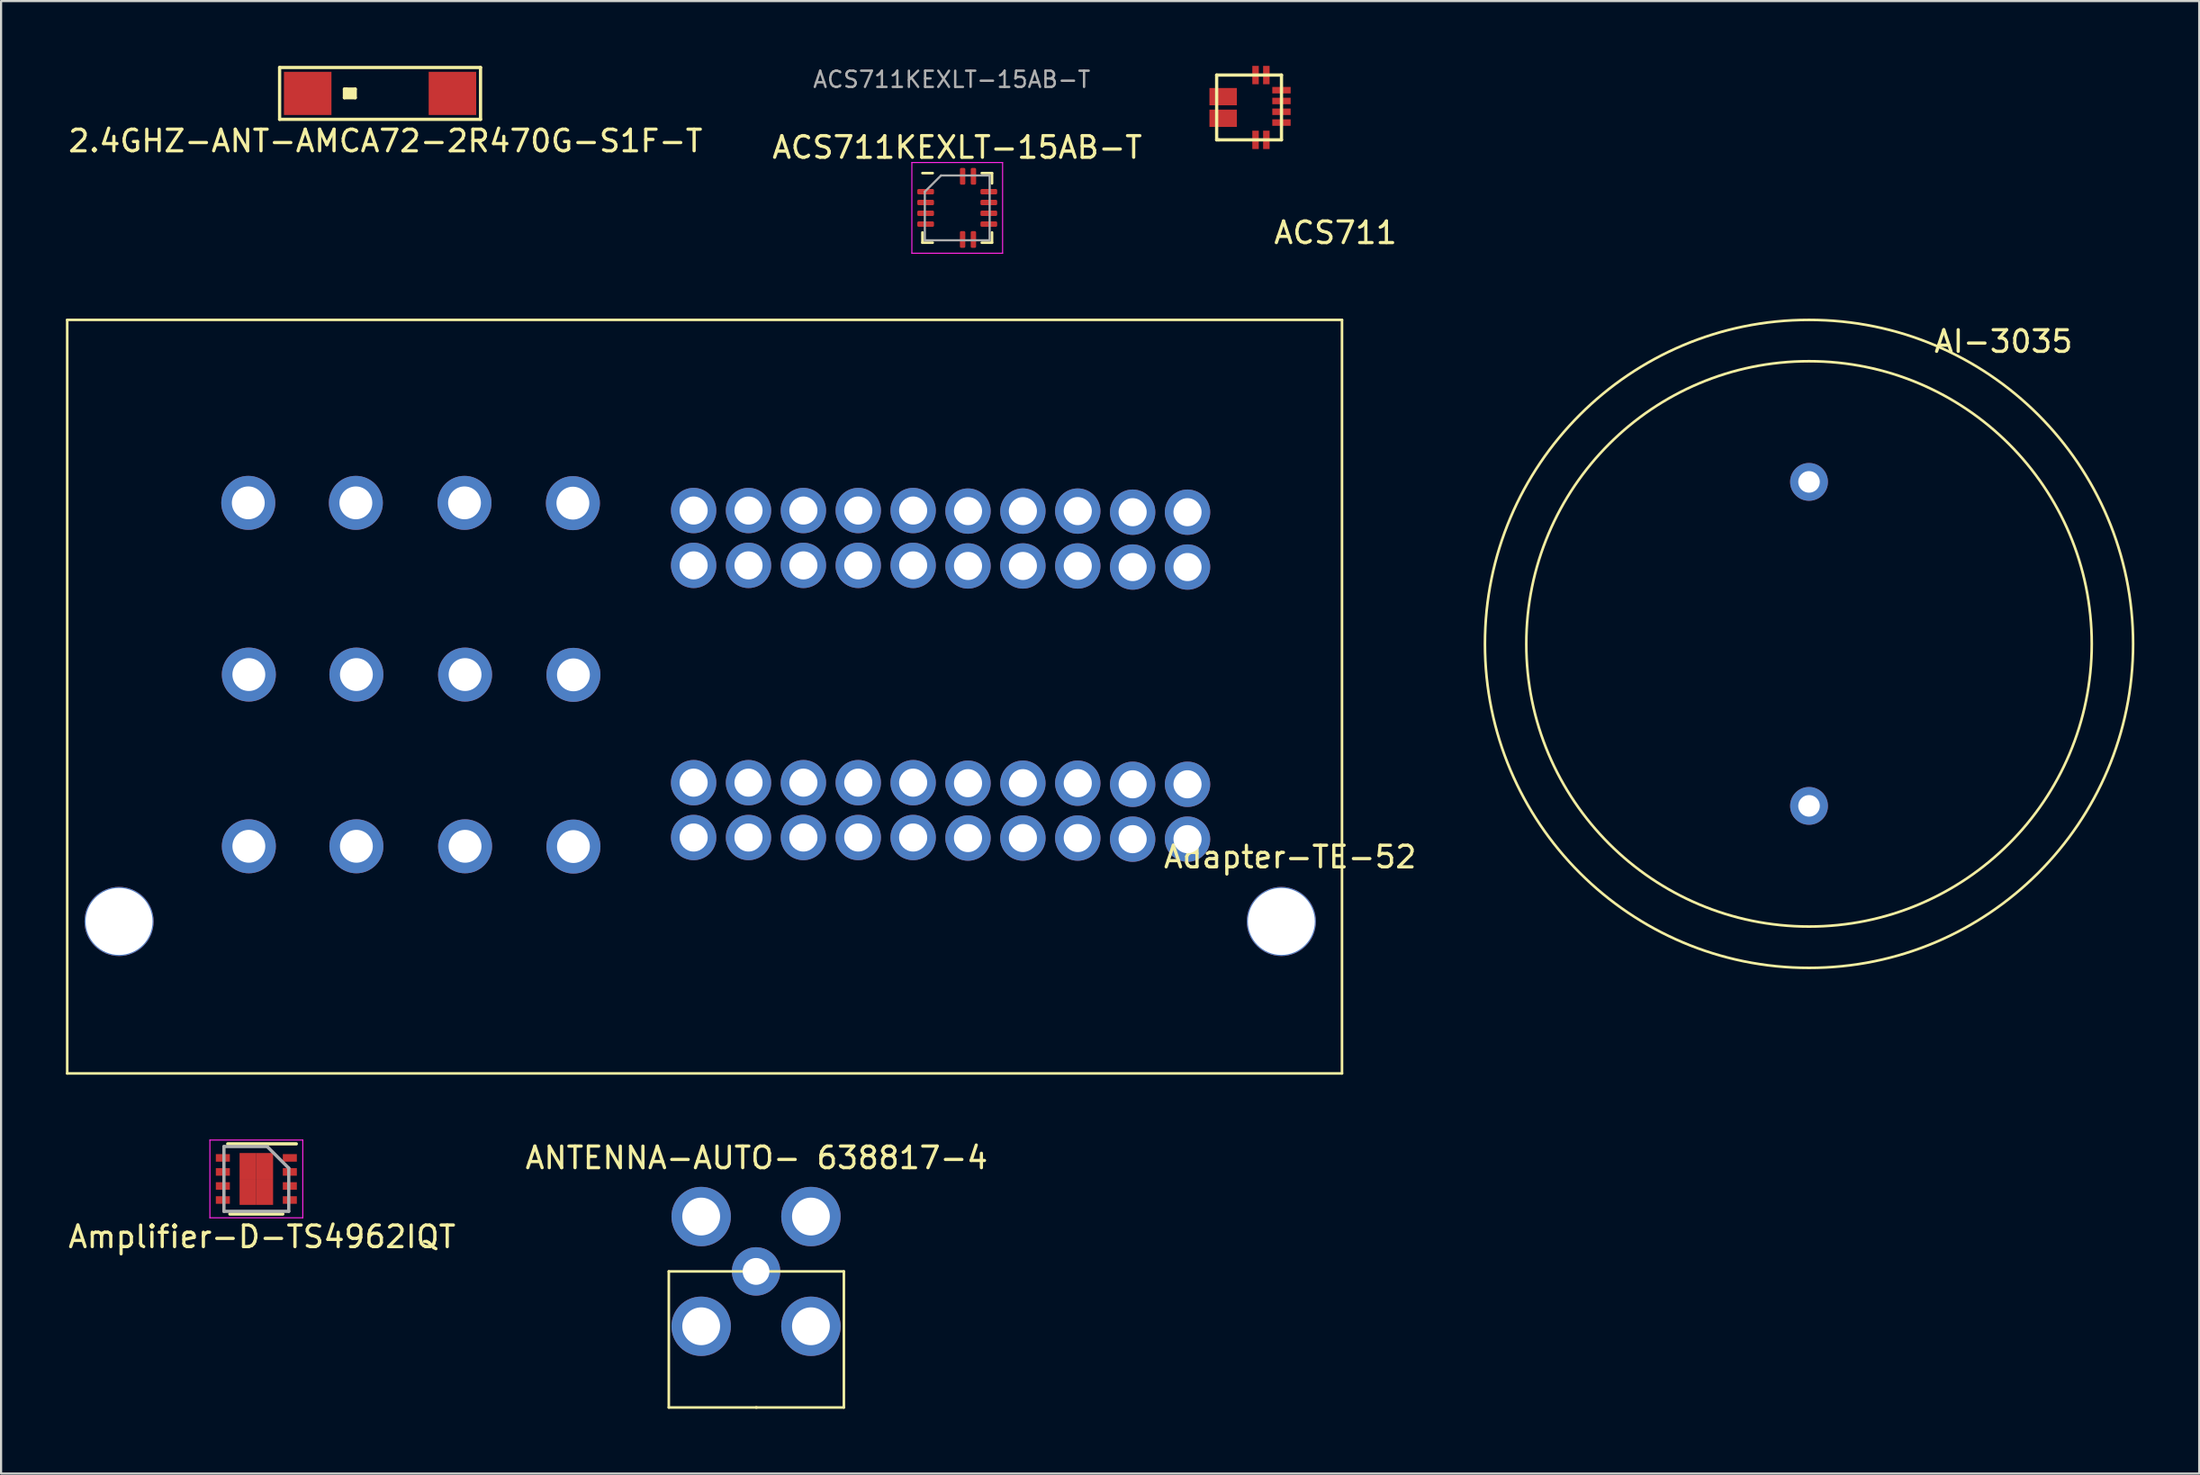
<source format=kicad_pcb>
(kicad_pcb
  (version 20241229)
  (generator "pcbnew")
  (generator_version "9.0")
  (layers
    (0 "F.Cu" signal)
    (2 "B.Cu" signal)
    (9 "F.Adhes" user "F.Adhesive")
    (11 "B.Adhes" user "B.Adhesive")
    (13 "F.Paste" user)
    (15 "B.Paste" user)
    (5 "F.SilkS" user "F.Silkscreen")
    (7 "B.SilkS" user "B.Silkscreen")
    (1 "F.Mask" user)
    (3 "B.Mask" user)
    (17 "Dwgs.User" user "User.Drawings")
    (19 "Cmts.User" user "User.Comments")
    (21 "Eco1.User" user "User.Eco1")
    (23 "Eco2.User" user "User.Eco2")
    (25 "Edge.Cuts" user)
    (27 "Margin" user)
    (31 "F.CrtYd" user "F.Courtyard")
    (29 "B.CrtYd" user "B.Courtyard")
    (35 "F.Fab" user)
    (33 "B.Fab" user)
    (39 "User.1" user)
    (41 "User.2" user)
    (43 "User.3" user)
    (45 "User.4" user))
  (footprint "2.4GHZ-ANT-AMCA72-2R470G-S1F-T"
    (layer "F.Cu")
    (at 12.892 1.275)
    (property "Reference" "2.4GHZ-ANT-AMCA72-2R470G-S1F-T" (at 1.9 2.2 0) (layer "F.SilkS") (effects (font (size 1 1) (thickness 0.15))))
    (attr through_hole)
    (fp_line (start -3 -1.2) (end 6.3 -1.2) (stroke (width 0.15) (type solid)) (layer "F.SilkS"))
    (fp_line (start -3 1.2) (end -3 -1.2) (stroke (width 0.15) (type solid)) (layer "F.SilkS"))
    (fp_line (start 0 -0.2) (end 0 0.2) (stroke (width 0.15) (type solid)) (layer "F.SilkS"))
    (fp_line (start 0 0.2) (end 0.5 0.2) (stroke (width 0.15) (type solid)) (layer "F.SilkS"))
    (fp_line (start 0.1 -0.2) (end 0.1 0.1) (stroke (width 0.15) (type solid)) (layer "F.SilkS"))
    (fp_line (start 0.1 0.1) (end 0.4 0.1) (stroke (width 0.15) (type solid)) (layer "F.SilkS"))
    (fp_line (start 0.2 -0.1) (end 0.2 0) (stroke (width 0.15) (type solid)) (layer "F.SilkS"))
    (fp_line (start 0.2 0) (end 0.3 0) (stroke (width 0.15) (type solid)) (layer "F.SilkS"))
    (fp_line (start 0.4 -0.1) (end 0.2 -0.1) (stroke (width 0.15) (type solid)) (layer "F.SilkS"))
    (fp_line (start 0.4 0.1) (end 0.4 -0.1) (stroke (width 0.15) (type solid)) (layer "F.SilkS"))
    (fp_line (start 0.5 -0.2) (end 0 -0.2) (stroke (width 0.15) (type solid)) (layer "F.SilkS"))
    (fp_line (start 0.5 0.2) (end 0.5 -0.2) (stroke (width 0.15) (type solid)) (layer "F.SilkS"))
    (fp_line (start 6.3 -1.2) (end 6.3 1.2) (stroke (width 0.15) (type solid)) (layer "F.SilkS"))
    (fp_line (start 6.3 1.2) (end -3 1.2) (stroke (width 0.15) (type solid)) (layer "F.SilkS"))
    (pad "1" smd rect (at -1.7 0) (size 2.2 2) (layers "F.Cu" "F.Mask" "F.Paste"))
    (pad "2" smd rect (at 5 0) (size 2.2 2) (layers "F.Cu" "F.Mask" "F.Paste")))
  (footprint "Adapter-TE-52"
    (layer "F.Cu")
    (at 56.258 39.611)
    (property "Reference" "Adapter-TE-52" (at 0.406 -2.985 0) (layer "F.SilkS") (effects (font (size 1 1) (thickness 0.15))))
    (attr through_hole)
    (fp_line (start -56.197 -27.851) (end 2.807 -27.851) (stroke (width 0.12) (type solid)) (layer "F.SilkS"))
    (fp_line (start -56.197 7.036) (end -56.197 -27.851) (stroke (width 0.12) (type solid)) (layer "F.SilkS"))
    (fp_line (start 2.807 -27.851) (end 2.807 7.036) (stroke (width 0.12) (type solid)) (layer "F.SilkS"))
    (fp_line (start 2.807 7.036) (end -56.197 7.036) (stroke (width 0.12) (type solid)) (layer "F.SilkS"))
    (pad "1" thru_hole circle (at -4.343 -3.81) (size 2.1 2.1) (drill 1.3) (layers "*.Cu" "*.Mask"))
    (pad "2" thru_hole circle (at -6.883 -3.81) (size 2.1 2.1) (drill 1.3) (layers "*.Cu" "*.Mask"))
    (pad "3" thru_hole circle (at -9.423 -3.861) (size 2.1 2.1) (drill 1.3) (layers "*.Cu" "*.Mask"))
    (pad "4" thru_hole circle (at -11.963 -3.861) (size 2.1 2.1) (drill 1.3) (layers "*.Cu" "*.Mask"))
    (pad "5" thru_hole circle (at -14.503 -3.861) (size 2.1 2.1) (drill 1.3) (layers "*.Cu" "*.Mask"))
    (pad "6" thru_hole circle (at -17.043 -3.886) (size 2.1 2.1) (drill 1.3) (layers "*.Cu" "*.Mask"))
    (pad "7" thru_hole circle (at -19.583 -3.886) (size 2.1 2.1) (drill 1.3) (layers "*.Cu" "*.Mask"))
    (pad "8" thru_hole circle (at -22.123 -3.886) (size 2.1 2.1) (drill 1.3) (layers "*.Cu" "*.Mask"))
    (pad "9" thru_hole circle (at -24.663 -3.886) (size 2.1 2.1) (drill 1.3) (layers "*.Cu" "*.Mask"))
    (pad "10" thru_hole circle (at -27.203 -3.886) (size 2.1 2.1) (drill 1.3) (layers "*.Cu" "*.Mask"))
    (pad "11" thru_hole circle (at -4.343 -6.35) (size 2.1 2.1) (drill 1.3) (layers "*.Cu" "*.Mask"))
    (pad "12" thru_hole circle (at -6.883 -6.35) (size 2.1 2.1) (drill 1.3) (layers "*.Cu" "*.Mask"))
    (pad "13" thru_hole circle (at -9.423 -6.401) (size 2.1 2.1) (drill 1.3) (layers "*.Cu" "*.Mask"))
    (pad "14" thru_hole circle (at -11.963 -6.401) (size 2.1 2.1) (drill 1.3) (layers "*.Cu" "*.Mask"))
    (pad "15" thru_hole circle (at -14.503 -6.401) (size 2.1 2.1) (drill 1.3) (layers "*.Cu" "*.Mask"))
    (pad "16" thru_hole circle (at -17.043 -6.426) (size 2.1 2.1) (drill 1.3) (layers "*.Cu" "*.Mask"))
    (pad "17" thru_hole circle (at -19.583 -6.426) (size 2.1 2.1) (drill 1.3) (layers "*.Cu" "*.Mask"))
    (pad "18" thru_hole circle (at -22.123 -6.426) (size 2.1 2.1) (drill 1.3) (layers "*.Cu" "*.Mask"))
    (pad "19" thru_hole circle (at -24.663 -6.426) (size 2.1 2.1) (drill 1.3) (layers "*.Cu" "*.Mask"))
    (pad "20" thru_hole circle (at -27.203 -6.426) (size 2.1 2.1) (drill 1.3) (layers "*.Cu" "*.Mask"))
    (pad "21" thru_hole circle (at -4.343 -16.408) (size 2.1 2.1) (drill 1.3) (layers "*.Cu" "*.Mask"))
    (pad "22" thru_hole circle (at -6.883 -16.408) (size 2.1 2.1) (drill 1.3) (layers "*.Cu" "*.Mask"))
    (pad "23" thru_hole circle (at -9.423 -16.459) (size 2.1 2.1) (drill 1.3) (layers "*.Cu" "*.Mask"))
    (pad "24" thru_hole circle (at -11.963 -16.459) (size 2.1 2.1) (drill 1.3) (layers "*.Cu" "*.Mask"))
    (pad "25" thru_hole circle (at -14.503 -16.459) (size 2.1 2.1) (drill 1.3) (layers "*.Cu" "*.Mask"))
    (pad "26" thru_hole circle (at -17.043 -16.485) (size 2.1 2.1) (drill 1.3) (layers "*.Cu" "*.Mask"))
    (pad "27" thru_hole circle (at -19.583 -16.485) (size 2.1 2.1) (drill 1.3) (layers "*.Cu" "*.Mask"))
    (pad "28" thru_hole circle (at -22.123 -16.485) (size 2.1 2.1) (drill 1.3) (layers "*.Cu" "*.Mask"))
    (pad "29" thru_hole circle (at -24.663 -16.485) (size 2.1 2.1) (drill 1.3) (layers "*.Cu" "*.Mask"))
    (pad "30" thru_hole circle (at -27.203 -16.485) (size 2.1 2.1) (drill 1.3) (layers "*.Cu" "*.Mask"))
    (pad "31" thru_hole circle (at -4.343 -18.948) (size 2.1 2.1) (drill 1.3) (layers "*.Cu" "*.Mask"))
    (pad "32" thru_hole circle (at -6.883 -18.948) (size 2.1 2.1) (drill 1.3) (layers "*.Cu" "*.Mask"))
    (pad "33" thru_hole circle (at -9.423 -18.999) (size 2.1 2.1) (drill 1.3) (layers "*.Cu" "*.Mask"))
    (pad "34" thru_hole circle (at -11.963 -18.999) (size 2.1 2.1) (drill 1.3) (layers "*.Cu" "*.Mask"))
    (pad "35" thru_hole circle (at -14.503 -18.999) (size 2.1 2.1) (drill 1.3) (layers "*.Cu" "*.Mask"))
    (pad "36" thru_hole circle (at -17.043 -19.025) (size 2.1 2.1) (drill 1.3) (layers "*.Cu" "*.Mask"))
    (pad "37" thru_hole circle (at -19.583 -19.025) (size 2.1 2.1) (drill 1.3) (layers "*.Cu" "*.Mask"))
    (pad "38" thru_hole circle (at -22.123 -19.025) (size 2.1 2.1) (drill 1.3) (layers "*.Cu" "*.Mask"))
    (pad "39" thru_hole circle (at -24.663 -19.025) (size 2.1 2.1) (drill 1.3) (layers "*.Cu" "*.Mask"))
    (pad "40" thru_hole circle (at -27.203 -19.025) (size 2.1 2.1) (drill 1.3) (layers "*.Cu" "*.Mask"))
    (pad "41" thru_hole circle (at -32.766 -3.467) (size 2.5 2.5) (drill 1.52) (layers "*.Cu" "*.Mask"))
    (pad "42" thru_hole circle (at -37.782 -3.48) (size 2.5 2.5) (drill 1.52) (layers "*.Cu" "*.Mask"))
    (pad "43" thru_hole circle (at -42.812 -3.48) (size 2.5 2.5) (drill 1.52) (layers "*.Cu" "*.Mask"))
    (pad "44" thru_hole circle (at -47.79 -3.48) (size 2.5 2.5) (drill 1.52) (layers "*.Cu" "*.Mask"))
    (pad "45" thru_hole circle (at -32.766 -11.417) (size 2.5 2.5) (drill 1.52) (layers "*.Cu" "*.Mask"))
    (pad "46" thru_hole circle (at -37.782 -11.43) (size 2.5 2.5) (drill 1.52) (layers "*.Cu" "*.Mask"))
    (pad "47" thru_hole circle (at -42.812 -11.43) (size 2.5 2.5) (drill 1.52) (layers "*.Cu" "*.Mask"))
    (pad "48" thru_hole circle (at -47.79 -11.43) (size 2.5 2.5) (drill 1.52) (layers "*.Cu" "*.Mask"))
    (pad "49" thru_hole circle (at -32.791 -19.367) (size 2.5 2.5) (drill 1.52) (layers "*.Cu" "*.Mask"))
    (pad "50" thru_hole circle (at -37.808 -19.38) (size 2.5 2.5) (drill 1.52) (layers "*.Cu" "*.Mask"))
    (pad "51" thru_hole circle (at -42.837 -19.38) (size 2.5 2.5) (drill 1.52) (layers "*.Cu" "*.Mask"))
    (pad "52" thru_hole circle (at -47.816 -19.38) (size 2.5 2.5) (drill 1.52) (layers "*.Cu" "*.Mask"))
    (pad "~" thru_hole circle (at -53.797 0) (size 3.2 3.2) (drill 3.1) (layers "*.Cu" "*.Mask"))
    (pad "~" thru_hole circle (at 0 0) (size 3.2 3.2) (drill 3.1) (layers "*.Cu" "*.Mask")))
  (footprint "ANTENNA-AUTO- 638817-4"
    (layer "F.Cu")
    (at 31.945 55.813)
    (property "Reference" "ANTENNA-AUTO- 638817-4" (at 0.025 -5.258 0) (layer "F.SilkS") (effects (font (size 1 1) (thickness 0.15))))
    (attr through_hole)
    (fp_line (start -4.039 0) (end -4.039 6.299) (stroke (width 0.12) (type solid)) (layer "F.SilkS"))
    (fp_line (start -4.039 6.299) (end 0.025 6.299) (stroke (width 0.12) (type solid)) (layer "F.SilkS"))
    (fp_line (start 0 6.299) (end 4.064 6.299) (stroke (width 0.12) (type solid)) (layer "F.SilkS"))
    (fp_line (start 4.064 0) (end -4.039 0) (stroke (width 0.12) (type solid)) (layer "F.SilkS"))
    (fp_line (start 4.064 6.299) (end 4.064 0) (stroke (width 0.12) (type solid)) (layer "F.SilkS"))
    (pad "1" thru_hole circle (at -2.54 -2.54) (size 2.75 2.75) (drill 1.75) (layers "*.Cu" "*.Mask"))
    (pad "1" thru_hole circle (at -2.54 2.54) (size 2.75 2.75) (drill 1.75) (layers "*.Cu" "*.Mask"))
    (pad "1" thru_hole circle (at 2.54 -2.54) (size 2.75 2.75) (drill 1.75) (layers "*.Cu" "*.Mask"))
    (pad "1" thru_hole circle (at 2.54 2.54) (size 2.75 2.75) (drill 1.75) (layers "*.Cu" "*.Mask"))
    (pad "2" thru_hole circle (at 0 0) (size 2.24 2.24) (drill 1.24) (layers "*.Cu" "*.Mask")))
  (footprint "ACS711KEXLT-15AB-T"
    (layer "F.Cu")
    (at 41.256 6.575)
    (property "Reference" "ACS711KEXLT-15AB-T" (at 0 -2.8 0) (layer "F.SilkS") (effects (font (size 1 1) (thickness 0.15))))
    (attr smd)
    (fp_line (start -1.61 1.61) (end -1.61 1.135) (stroke (width 0.12) (type solid)) (layer "F.SilkS"))
    (fp_line (start -1.135 -1.61) (end -1.61 -1.61) (stroke (width 0.12) (type solid)) (layer "F.SilkS"))
    (fp_line (start -1.135 1.61) (end -1.61 1.61) (stroke (width 0.12) (type solid)) (layer "F.SilkS"))
    (fp_line (start 1.135 -1.61) (end 1.61 -1.61) (stroke (width 0.12) (type solid)) (layer "F.SilkS"))
    (fp_line (start 1.135 1.61) (end 1.61 1.61) (stroke (width 0.12) (type solid)) (layer "F.SilkS"))
    (fp_line (start 1.61 -1.61) (end 1.61 -1.135) (stroke (width 0.12) (type solid)) (layer "F.SilkS"))
    (fp_line (start 1.61 1.61) (end 1.61 1.135) (stroke (width 0.12) (type solid)) (layer "F.SilkS"))
    (fp_line (start -2.1 -2.1) (end -2.1 2.1) (stroke (width 0.05) (type solid)) (layer "F.CrtYd"))
    (fp_line (start -2.1 2.1) (end 2.1 2.1) (stroke (width 0.05) (type solid)) (layer "F.CrtYd"))
    (fp_line (start 2.1 -2.1) (end -2.1 -2.1) (stroke (width 0.05) (type solid)) (layer "F.CrtYd"))
    (fp_line (start 2.1 2.1) (end 2.1 -2.1) (stroke (width 0.05) (type solid)) (layer "F.CrtYd"))
    (fp_line (start -1.5 -0.75) (end -0.75 -1.5) (stroke (width 0.1) (type solid)) (layer "F.Fab"))
    (fp_line (start -1.5 1.5) (end -1.5 -0.75) (stroke (width 0.1) (type solid)) (layer "F.Fab"))
    (fp_line (start -0.75 -1.5) (end 1.5 -1.5) (stroke (width 0.1) (type solid)) (layer "F.Fab"))
    (fp_line (start 1.5 -1.5) (end 1.5 1.5) (stroke (width 0.1) (type solid)) (layer "F.Fab"))
    (fp_line (start 1.5 1.5) (end -1.5 1.5) (stroke (width 0.1) (type solid)) (layer "F.Fab"))
    (fp_text user "${REFERENCE}" (at -0.254 -5.944 0) (layer "F.Fab") (effects (font (size 0.75 0.75) (thickness 0.11))))
    (pad "1" smd roundrect (at -1.462 -0.75) (size 0.775 0.25) (layers "F.Cu" "F.Mask" "F.Paste") (roundrect_rratio 0.25))
    (pad "2" smd roundrect (at -1.462 -0.25) (size 0.775 0.25) (layers "F.Cu" "F.Mask" "F.Paste") (roundrect_rratio 0.25))
    (pad "3" smd roundrect (at -1.462 0.25) (size 0.775 0.25) (layers "F.Cu" "F.Mask" "F.Paste") (roundrect_rratio 0.25))
    (pad "4" smd roundrect (at -1.462 0.75) (size 0.775 0.25) (layers "F.Cu" "F.Mask" "F.Paste") (roundrect_rratio 0.25))
    (pad "5" smd roundrect (at 0.249 1.462) (size 0.25 0.775) (layers "F.Cu" "F.Mask" "F.Paste") (roundrect_rratio 0.25))
    (pad "6" smd roundrect (at 0.749 1.463) (size 0.25 0.775) (layers "F.Cu" "F.Mask" "F.Paste") (roundrect_rratio 0.25))
    (pad "7" smd roundrect (at 1.462 0.75) (size 0.775 0.25) (layers "F.Cu" "F.Mask" "F.Paste") (roundrect_rratio 0.25))
    (pad "8" smd roundrect (at 1.462 0.25) (size 0.775 0.25) (layers "F.Cu" "F.Mask" "F.Paste") (roundrect_rratio 0.25))
    (pad "9" smd roundrect (at 1.462 -0.25) (size 0.775 0.25) (layers "F.Cu" "F.Mask" "F.Paste") (roundrect_rratio 0.25))
    (pad "10" smd roundrect (at 1.462 -0.75) (size 0.775 0.25) (layers "F.Cu" "F.Mask" "F.Paste") (roundrect_rratio 0.25))
    (pad "11" smd roundrect (at 0.75 -1.462) (size 0.25 0.775) (layers "F.Cu" "F.Mask" "F.Paste") (roundrect_rratio 0.25))
    (pad "12" smd roundrect (at 0.25 -1.462) (size 0.25 0.775) (layers "F.Cu" "F.Mask" "F.Paste") (roundrect_rratio 0.25)))
  (footprint "AI-3035"
    (layer "F.Cu")
    (at 80.682 26.76)
    (property "Reference" "AI-3035" (at 9 -14 0) (layer "F.SilkS") (effects (font (size 1 1) (thickness 0.15))))
    (attr through_hole)
    (fp_circle (center 0 0) (end 13 1.5) (stroke (width 0.12) (type solid)) (fill no) (layer "F.SilkS"))
    (fp_circle (center 0 0) (end 15 0) (stroke (width 0.12) (type solid)) (fill no) (layer "F.SilkS"))
    (pad "1" thru_hole circle (at 0 -7.5) (size 1.75 1.75) (drill 1) (layers "*.Cu" "*.Mask"))
    (pad "2" thru_hole circle (at 0 7.5) (size 1.75 1.75) (drill 1) (layers "*.Cu" "*.Mask")))
  (footprint "ACS711"
    (layer "F.Cu")
    (at 54.364 1.625)
    (property "Reference" "ACS711" (at 4.4 6.1 0) (layer "F.SilkS") (effects (font (size 1 1) (thickness 0.15))))
    (attr through_hole)
    (fp_line (start -1.1 -1.2) (end 1.9 -1.2) (stroke (width 0.15) (type solid)) (layer "F.SilkS"))
    (fp_line (start -1.1 1.8) (end -1.1 -1.2) (stroke (width 0.15) (type solid)) (layer "F.SilkS"))
    (fp_line (start -1 1.8) (end -1.1 1.8) (stroke (width 0.15) (type solid)) (layer "F.SilkS"))
    (fp_line (start 1.9 -1.2) (end 1.9 1.8) (stroke (width 0.15) (type solid)) (layer "F.SilkS"))
    (fp_line (start 1.9 1.8) (end -1 1.8) (stroke (width 0.15) (type solid)) (layer "F.SilkS"))
    (pad "1" smd rect (at -0.8 -0.2) (size 1.27 0.8) (layers "F.Cu" "F.Mask" "F.Paste"))
    (pad "3" smd rect (at -0.8 0.8) (size 1.27 0.8) (layers "F.Cu" "F.Mask" "F.Paste"))
    (pad "5" smd rect (at 0.7 1.8 90) (size 0.85 0.3) (layers "F.Cu" "F.Mask" "F.Paste"))
    (pad "6" smd rect (at 1.2 1.8 90) (size 0.85 0.3) (layers "F.Cu" "F.Mask" "F.Paste"))
    (pad "7" smd rect (at 1.9 1) (size 0.85 0.3) (layers "F.Cu" "F.Mask" "F.Paste"))
    (pad "8" smd rect (at 1.9 0.5) (size 0.85 0.3) (layers "F.Cu" "F.Mask" "F.Paste"))
    (pad "9" smd rect (at 1.9 0) (size 0.85 0.3) (layers "F.Cu" "F.Mask" "F.Paste"))
    (pad "10" smd rect (at 1.9 -0.5) (size 0.85 0.3) (layers "F.Cu" "F.Mask" "F.Paste"))
    (pad "11" smd rect (at 1.2 -1.2 90) (size 0.85 0.3) (layers "F.Cu" "F.Mask" "F.Paste"))
    (pad "12" smd rect (at 0.7 -1.2 90) (size 0.85 0.3) (layers "F.Cu" "F.Mask" "F.Paste")))
  (footprint "Amplifier-D-TS4962IQT"
    (layer "F.Cu")
    (at 8.815 51.532)
    (property "Reference" "Amplifier-D-TS4962IQT" (at 0.263 2.678 180) (layer "F.SilkS") (effects (font (size 1 1) (thickness 0.15))))
    (attr smd)
    (fp_line (start -1.325 -1.625) (end 1.85 -1.625) (stroke (width 0.15) (type solid)) (layer "F.SilkS"))
    (fp_line (start -1.225 1.625) (end 1.225 1.625) (stroke (width 0.15) (type solid)) (layer "F.SilkS"))
    (fp_line (start -2.15 -1.8) (end -2.15 1.8) (stroke (width 0.05) (type solid)) (layer "F.CrtYd"))
    (fp_line (start -2.15 -1.8) (end 2.15 -1.8) (stroke (width 0.05) (type solid)) (layer "F.CrtYd"))
    (fp_line (start -2.15 1.8) (end 2.15 1.8) (stroke (width 0.05) (type solid)) (layer "F.CrtYd"))
    (fp_line (start 2.15 -1.8) (end 2.15 1.8) (stroke (width 0.05) (type solid)) (layer "F.CrtYd"))
    (fp_line (start -1.5 -1.5) (end -1.5 1.5) (stroke (width 0.15) (type solid)) (layer "F.Fab"))
    (fp_line (start -1.5 -1.5) (end 0.5 -1.5) (stroke (width 0.15) (type solid)) (layer "F.Fab"))
    (fp_line (start 1.5 -0.5) (end 0.5 -1.5) (stroke (width 0.15) (type solid)) (layer "F.Fab"))
    (fp_line (start 1.5 1.5) (end -1.5 1.5) (stroke (width 0.15) (type solid)) (layer "F.Fab"))
    (fp_line (start 1.5 1.5) (end 1.5 -0.5) (stroke (width 0.15) (type solid)) (layer "F.Fab"))
    (pad "1" smd rect (at 1.55 -0.975) (size 0.65 0.35) (layers "F.Cu" "F.Mask" "F.Paste"))
    (pad "2" smd rect (at 1.55 -0.325) (size 0.65 0.35) (layers "F.Cu" "F.Mask" "F.Paste"))
    (pad "3" smd rect (at 1.55 0.325) (size 0.65 0.35) (layers "F.Cu" "F.Mask" "F.Paste"))
    (pad "4" smd rect (at 1.55 0.975) (size 0.65 0.35) (layers "F.Cu" "F.Mask" "F.Paste"))
    (pad "5" smd rect (at -1.55 0.975) (size 0.65 0.35) (layers "F.Cu" "F.Mask" "F.Paste"))
    (pad "6" smd rect (at -1.55 0.325) (size 0.65 0.35) (layers "F.Cu" "F.Mask" "F.Paste"))
    (pad "7" smd rect (at -1.55 -0.325) (size 0.65 0.35) (layers "F.Cu" "F.Mask" "F.Paste"))
    (pad "8" smd rect (at -1.55 -0.975) (size 0.65 0.35) (layers "F.Cu" "F.Mask" "F.Paste"))
    (pad "9" smd rect (at -0.388 -0.6) (size 0.775 1.2) (layers "F.Cu" "F.Mask" "F.Paste"))
    (pad "9" smd rect (at -0.388 0.6) (size 0.775 1.2) (layers "F.Cu" "F.Mask" "F.Paste"))
    (pad "9" smd rect (at 0.388 -0.6) (size 0.775 1.2) (layers "F.Cu" "F.Mask" "F.Paste"))
    (pad "9" smd rect (at 0.388 0.6) (size 0.775 1.2) (layers "F.Cu" "F.Mask" "F.Paste")))
  (gr_rect
    (start -3 -3)
    (end 98.742 65.173)
    (stroke (width 0.1) (type default))
    (fill no)
    (layer "Edge.Cuts")))
</source>
